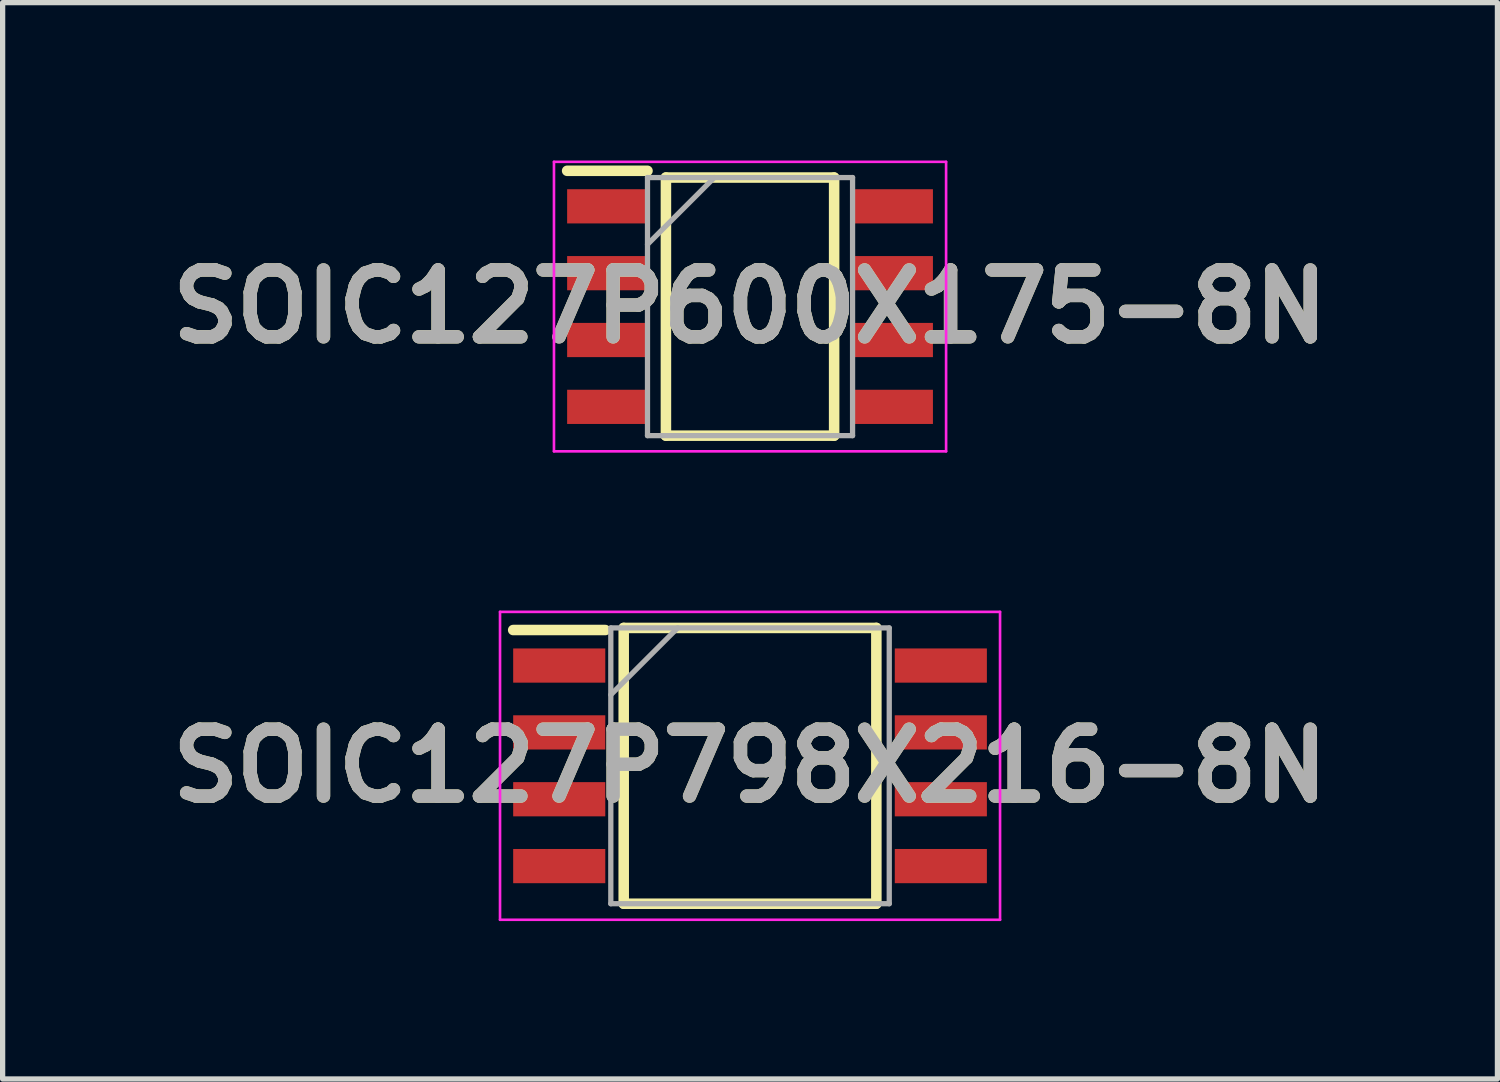
<source format=kicad_pcb>
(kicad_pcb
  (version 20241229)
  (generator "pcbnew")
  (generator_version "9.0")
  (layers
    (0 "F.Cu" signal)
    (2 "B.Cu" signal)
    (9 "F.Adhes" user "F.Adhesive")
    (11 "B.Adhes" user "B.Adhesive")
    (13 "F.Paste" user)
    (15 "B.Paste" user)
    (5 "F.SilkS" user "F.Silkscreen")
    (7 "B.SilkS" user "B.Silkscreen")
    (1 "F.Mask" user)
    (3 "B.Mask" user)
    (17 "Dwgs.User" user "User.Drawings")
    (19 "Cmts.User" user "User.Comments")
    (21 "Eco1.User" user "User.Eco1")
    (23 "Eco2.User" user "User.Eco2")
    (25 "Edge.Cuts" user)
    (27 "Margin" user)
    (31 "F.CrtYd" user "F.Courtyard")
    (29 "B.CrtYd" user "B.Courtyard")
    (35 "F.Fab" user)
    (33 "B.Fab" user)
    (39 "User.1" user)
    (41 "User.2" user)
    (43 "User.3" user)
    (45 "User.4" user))
  (footprint "SOIC127P798X216-8N"
    (layer "F.Cu")
    (at 11.2 11.5)
    (property "Reference" "SOIC127P798X216-8N" (at 0 0 0) (layer "F.SilkS") (effects (font (size 1.27 1.27) (thickness 0.254))))
    (attr smd)
    (fp_line (start -4.5 -2.58) (end -2.75 -2.58) (stroke (width 0.2) (type solid)) (layer "F.SilkS"))
    (fp_line (start -2.4 -2.62) (end 2.4 -2.62) (stroke (width 0.2) (type solid)) (layer "F.SilkS"))
    (fp_line (start -2.4 2.62) (end -2.4 -2.62) (stroke (width 0.2) (type solid)) (layer "F.SilkS"))
    (fp_line (start 2.4 -2.62) (end 2.4 2.62) (stroke (width 0.2) (type solid)) (layer "F.SilkS"))
    (fp_line (start 2.4 2.62) (end -2.4 2.62) (stroke (width 0.2) (type solid)) (layer "F.SilkS"))
    (fp_line (start -4.75 -2.925) (end 4.75 -2.925) (stroke (width 0.05) (type solid)) (layer "F.CrtYd"))
    (fp_line (start -4.75 2.925) (end -4.75 -2.925) (stroke (width 0.05) (type solid)) (layer "F.CrtYd"))
    (fp_line (start 4.75 -2.925) (end 4.75 2.925) (stroke (width 0.05) (type solid)) (layer "F.CrtYd"))
    (fp_line (start 4.75 2.925) (end -4.75 2.925) (stroke (width 0.05) (type solid)) (layer "F.CrtYd"))
    (fp_line (start -2.645 -2.62) (end 2.645 -2.62) (stroke (width 0.1) (type solid)) (layer "F.Fab"))
    (fp_line (start -2.645 -1.35) (end -1.375 -2.62) (stroke (width 0.1) (type solid)) (layer "F.Fab"))
    (fp_line (start -2.645 2.62) (end -2.645 -2.62) (stroke (width 0.1) (type solid)) (layer "F.Fab"))
    (fp_line (start 2.645 -2.62) (end 2.645 2.62) (stroke (width 0.1) (type solid)) (layer "F.Fab"))
    (fp_line (start 2.645 2.62) (end -2.645 2.62) (stroke (width 0.1) (type solid)) (layer "F.Fab"))
    (fp_text user "${REFERENCE}" (at 0 0 0) (layer "F.Fab") (effects (font (size 1.27 1.27) (thickness 0.254))))
    (pad "1" smd rect (at -3.625 -1.905 90) (size 0.65 1.75) (layers "F.Cu" "F.Mask" "F.Paste"))
    (pad "2" smd rect (at -3.625 -0.635 90) (size 0.65 1.75) (layers "F.Cu" "F.Mask" "F.Paste"))
    (pad "3" smd rect (at -3.625 0.635 90) (size 0.65 1.75) (layers "F.Cu" "F.Mask" "F.Paste"))
    (pad "4" smd rect (at -3.625 1.905 90) (size 0.65 1.75) (layers "F.Cu" "F.Mask" "F.Paste"))
    (pad "5" smd rect (at 3.625 1.905 90) (size 0.65 1.75) (layers "F.Cu" "F.Mask" "F.Paste"))
    (pad "6" smd rect (at 3.625 0.635 90) (size 0.65 1.75) (layers "F.Cu" "F.Mask" "F.Paste"))
    (pad "7" smd rect (at 3.625 -0.635 90) (size 0.65 1.75) (layers "F.Cu" "F.Mask" "F.Paste"))
    (pad "8" smd rect (at 3.625 -1.905 90) (size 0.65 1.75) (layers "F.Cu" "F.Mask" "F.Paste")))
  (footprint "SOIC127P600X175-8N"
    (layer "F.Cu")
    (at 11.2 2.775)
    (property "Reference" "SOIC127P600X175-8N" (at 0 0 0) (layer "F.SilkS") (effects (font (size 1.27 1.27) (thickness 0.254))))
    (attr smd)
    (fp_line (start -3.475 -2.58) (end -1.948 -2.58) (stroke (width 0.2) (type solid)) (layer "F.SilkS"))
    (fp_line (start -1.598 -2.452) (end 1.598 -2.452) (stroke (width 0.2) (type solid)) (layer "F.SilkS"))
    (fp_line (start -1.598 2.452) (end -1.598 -2.452) (stroke (width 0.2) (type solid)) (layer "F.SilkS"))
    (fp_line (start 1.598 -2.452) (end 1.598 2.452) (stroke (width 0.2) (type solid)) (layer "F.SilkS"))
    (fp_line (start 1.598 2.452) (end -1.598 2.452) (stroke (width 0.2) (type solid)) (layer "F.SilkS"))
    (fp_line (start -3.725 -2.75) (end 3.725 -2.75) (stroke (width 0.05) (type solid)) (layer "F.CrtYd"))
    (fp_line (start -3.725 2.75) (end -3.725 -2.75) (stroke (width 0.05) (type solid)) (layer "F.CrtYd"))
    (fp_line (start 3.725 -2.75) (end 3.725 2.75) (stroke (width 0.05) (type solid)) (layer "F.CrtYd"))
    (fp_line (start 3.725 2.75) (end -3.725 2.75) (stroke (width 0.05) (type solid)) (layer "F.CrtYd"))
    (fp_line (start -1.948 -2.452) (end 1.948 -2.452) (stroke (width 0.1) (type solid)) (layer "F.Fab"))
    (fp_line (start -1.948 -1.182) (end -0.678 -2.452) (stroke (width 0.1) (type solid)) (layer "F.Fab"))
    (fp_line (start -1.948 2.452) (end -1.948 -2.452) (stroke (width 0.1) (type solid)) (layer "F.Fab"))
    (fp_line (start 1.948 -2.452) (end 1.948 2.452) (stroke (width 0.1) (type solid)) (layer "F.Fab"))
    (fp_line (start 1.948 2.452) (end -1.948 2.452) (stroke (width 0.1) (type solid)) (layer "F.Fab"))
    (fp_text user "${REFERENCE}" (at 0 0 0) (layer "F.Fab") (effects (font (size 1.27 1.27) (thickness 0.254))))
    (pad "1" smd rect (at -2.711 -1.905 90) (size 0.65 1.528) (layers "F.Cu" "F.Mask" "F.Paste"))
    (pad "2" smd rect (at -2.711 -0.635 90) (size 0.65 1.528) (layers "F.Cu" "F.Mask" "F.Paste"))
    (pad "3" smd rect (at -2.711 0.635 90) (size 0.65 1.528) (layers "F.Cu" "F.Mask" "F.Paste"))
    (pad "4" smd rect (at -2.711 1.905 90) (size 0.65 1.528) (layers "F.Cu" "F.Mask" "F.Paste"))
    (pad "5" smd rect (at 2.711 1.905 90) (size 0.65 1.528) (layers "F.Cu" "F.Mask" "F.Paste"))
    (pad "6" smd rect (at 2.711 0.635 90) (size 0.65 1.528) (layers "F.Cu" "F.Mask" "F.Paste"))
    (pad "7" smd rect (at 2.711 -0.635 90) (size 0.65 1.528) (layers "F.Cu" "F.Mask" "F.Paste"))
    (pad "8" smd rect (at 2.711 -1.905 90) (size 0.65 1.528) (layers "F.Cu" "F.Mask" "F.Paste")))
  (gr_rect
    (start -3 -3)
    (end 25.4 17.45)
    (stroke (width 0.1) (type default))
    (fill no)
    (layer "Edge.Cuts")))
</source>
